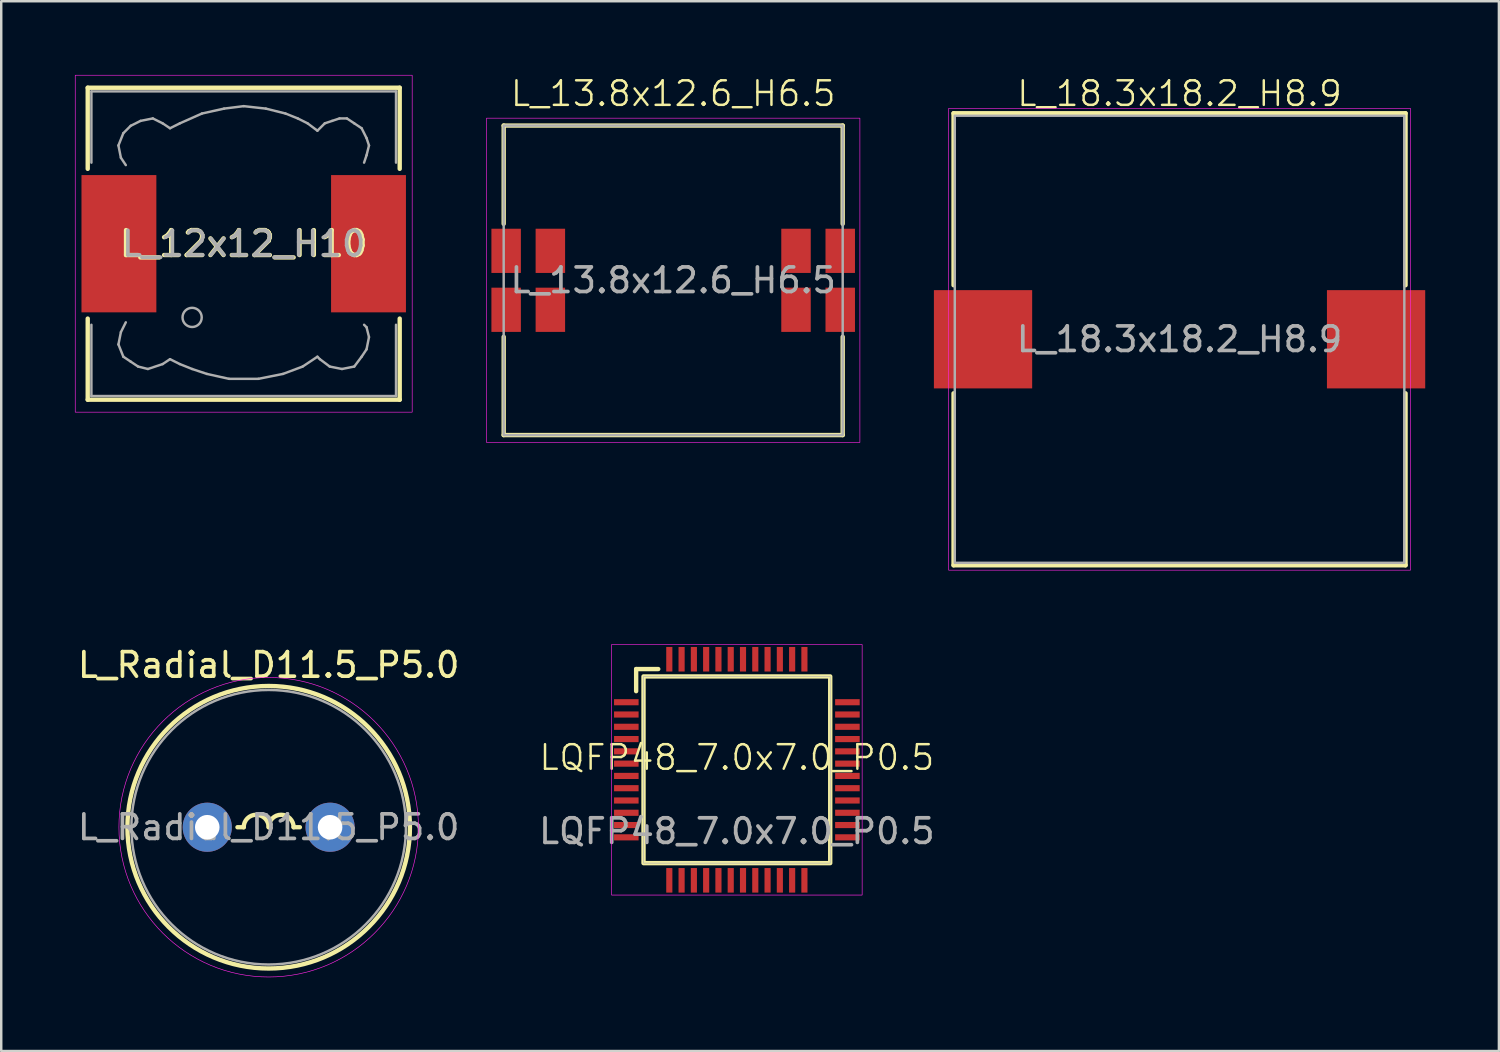
<source format=kicad_pcb>
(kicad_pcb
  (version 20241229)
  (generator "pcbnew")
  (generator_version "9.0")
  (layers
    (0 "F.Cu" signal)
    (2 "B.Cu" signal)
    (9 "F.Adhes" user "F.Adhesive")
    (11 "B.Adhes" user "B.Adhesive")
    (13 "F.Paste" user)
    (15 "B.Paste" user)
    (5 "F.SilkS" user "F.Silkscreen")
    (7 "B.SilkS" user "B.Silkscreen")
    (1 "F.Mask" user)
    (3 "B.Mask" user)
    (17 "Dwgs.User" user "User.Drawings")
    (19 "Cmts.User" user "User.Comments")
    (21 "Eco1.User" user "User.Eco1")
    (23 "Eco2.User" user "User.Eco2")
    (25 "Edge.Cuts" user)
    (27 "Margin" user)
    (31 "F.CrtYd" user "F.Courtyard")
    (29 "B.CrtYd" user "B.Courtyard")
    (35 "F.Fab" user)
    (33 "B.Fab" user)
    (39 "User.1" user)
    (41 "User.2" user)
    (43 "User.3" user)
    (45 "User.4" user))
  (footprint "L_13.8x12.6_H6.5"
    (layer "F.Cu")
    (at 24.354 8.361)
    (property "Reference" "L_13.8x12.6_H6.5" (at 0 -7.6 0) (unlocked yes) (layer "F.SilkS") (effects (font (size 1 1) (thickness 0.1))))
    (attr smd)
    (fp_line (start -6.9 -6.3) (end -6.9 -2.3) (stroke (width 0.178) (type default)) (layer "F.SilkS"))
    (fp_line (start -6.9 2.3) (end -6.9 6.3) (stroke (width 0.178) (type default)) (layer "F.SilkS"))
    (fp_line (start -6.9 6.3) (end 6.9 6.3) (stroke (width 0.178) (type default)) (layer "F.SilkS"))
    (fp_line (start 6.9 -6.3) (end -6.9 -6.3) (stroke (width 0.178) (type default)) (layer "F.SilkS"))
    (fp_line (start 6.9 -2.3) (end 6.9 -6.3) (stroke (width 0.178) (type default)) (layer "F.SilkS"))
    (fp_line (start 6.9 6.3) (end 6.9 2.3) (stroke (width 0.178) (type default)) (layer "F.SilkS"))
    (fp_rect (start -7.6 -6.6) (end 7.6 6.6) (stroke (width 0.025) (type default)) (fill no) (layer "F.CrtYd"))
    (fp_rect (start -6.9 -6.3) (end 6.9 6.3) (stroke (width 0.1) (type default)) (fill no) (layer "F.Fab"))
    (fp_text user "${REFERENCE}" (at 0 0 0) (unlocked yes) (layer "F.Fab") (effects (font (size 1 1) (thickness 0.15))))
    (pad "1" smd rect (at -6.8 -1.2) (size 1.2 1.8) (layers "F.Cu" "F.Mask" "F.Paste"))
    (pad "1" smd rect (at -6.8 1.2) (size 1.2 1.8) (layers "F.Cu" "F.Mask" "F.Paste"))
    (pad "1" smd rect (at -5 -1.2) (size 1.2 1.8) (layers "F.Cu" "F.Mask" "F.Paste"))
    (pad "1" smd rect (at -5 1.2) (size 1.2 1.8) (layers "F.Cu" "F.Mask" "F.Paste"))
    (pad "2" smd rect (at 5 -1.2) (size 1.2 1.8) (layers "F.Cu" "F.Mask" "F.Paste"))
    (pad "2" smd rect (at 5 1.2) (size 1.2 1.8) (layers "F.Cu" "F.Mask" "F.Paste"))
    (pad "2" smd rect (at 6.8 -1.2) (size 1.2 1.8) (layers "F.Cu" "F.Mask" "F.Paste"))
    (pad "2" smd rect (at 6.8 1.2) (size 1.2 1.8) (layers "F.Cu" "F.Mask" "F.Paste")))
  (footprint "L_Radial_D11.5_P5.0"
    (layer "F.Cu")
    (at 7.887 30.625)
    (property "Reference" "L_Radial_D11.5_P5.0" (at 0 -6.604 0) (unlocked yes) (layer "F.SilkS") (effects (font (size 1 1) (thickness 0.15))))
    (attr through_hole)
    (fp_line (start -1.27 0) (end -1.016 0) (stroke (width 0.178) (type solid)) (layer "F.SilkS"))
    (fp_line (start 1.27 0) (end 1.016 0) (stroke (width 0.178) (type solid)) (layer "F.SilkS"))
    (fp_arc (start -1.016 0) (mid -0.508 -0.508) (end 0 0) (stroke (width 0.1778) (type solid)) (layer "F.SilkS"))
    (fp_arc (start 0 0) (mid 0.508 -0.508) (end 1.016 0) (stroke (width 0.1778) (type solid)) (layer "F.SilkS"))
    (fp_circle (center 0 0) (end 5.75 0) (stroke (width 0.178) (type solid)) (fill no) (layer "F.SilkS"))
    (fp_circle (center 0 0) (end 6.096 0) (stroke (width 0.025) (type solid)) (fill no) (layer "F.CrtYd"))
    (fp_circle (center 0 0) (end 5.588 0) (stroke (width 0.1) (type solid)) (fill no) (layer "F.Fab"))
    (fp_text user "${REFERENCE}" (at 0 0 0) (unlocked yes) (layer "F.Fab") (effects (font (size 1 1) (thickness 0.15))))
    (pad "1" thru_hole circle (at -2.5 0) (size 2 2) (drill 1) (layers "*.Cu" "*.Mask"))
    (pad "2" thru_hole circle (at 2.5 0) (size 2 2) (drill 1) (layers "*.Cu" "*.Mask")))
  (footprint "LQFP48_7.0x7.0_P0.5"
    (layer "F.Cu")
    (at 26.946 28.286)
    (property "Reference" "LQFP48_7.0x7.0_P0.5" (at 0 -0.5 0) (unlocked yes) (layer "F.SilkS") (effects (font (size 1 1) (thickness 0.1))))
    (attr smd)
    (fp_line (start -4.1 -3.2) (end -4.1 -4.1) (stroke (width 0.178) (type default)) (layer "F.SilkS"))
    (fp_line (start -3.2 -4.1) (end -4.1 -4.1) (stroke (width 0.178) (type default)) (layer "F.SilkS"))
    (fp_rect (start -3.8 3.8) (end 3.8 -3.8) (stroke (width 0.178) (type default)) (fill no) (layer "F.SilkS"))
    (fp_rect (start -5.1 5.1) (end 5.1 -5.1) (stroke (width 0.025) (type default)) (fill no) (layer "F.CrtYd"))
    (fp_rect (start -3.8 3.8) (end 3.8 -3.8) (stroke (width 0.025) (type default)) (fill no) (layer "F.Fab"))
    (fp_text user "${REFERENCE}" (at 0 2.5 0) (unlocked yes) (layer "F.Fab") (effects (font (size 1 1) (thickness 0.15))))
    (pad "1" smd rect (at -4.5 -2.75) (size 1 0.25) (layers "F.Cu" "F.Mask" "F.Paste"))
    (pad "2" smd rect (at -4.5 -2.25) (size 1 0.25) (layers "F.Cu" "F.Mask" "F.Paste"))
    (pad "3" smd rect (at -4.5 -1.75) (size 1 0.25) (layers "F.Cu" "F.Mask" "F.Paste"))
    (pad "4" smd rect (at -4.5 -1.25) (size 1 0.25) (layers "F.Cu" "F.Mask" "F.Paste"))
    (pad "5" smd rect (at -4.5 -0.75) (size 1 0.25) (layers "F.Cu" "F.Mask" "F.Paste"))
    (pad "6" smd rect (at -4.5 -0.25) (size 1 0.25) (layers "F.Cu" "F.Mask" "F.Paste"))
    (pad "7" smd rect (at -4.5 0.25) (size 1 0.25) (layers "F.Cu" "F.Mask" "F.Paste"))
    (pad "8" smd rect (at -4.5 0.75) (size 1 0.25) (layers "F.Cu" "F.Mask" "F.Paste"))
    (pad "9" smd rect (at -4.5 1.25) (size 1 0.25) (layers "F.Cu" "F.Mask" "F.Paste"))
    (pad "10" smd rect (at -4.5 1.75) (size 1 0.25) (layers "F.Cu" "F.Mask" "F.Paste"))
    (pad "11" smd rect (at -4.5 2.25) (size 1 0.25) (layers "F.Cu" "F.Mask" "F.Paste"))
    (pad "12" smd rect (at -4.5 2.75) (size 1 0.25) (layers "F.Cu" "F.Mask" "F.Paste"))
    (pad "13" smd rect (at -2.75 4.5) (size 0.25 1) (layers "F.Cu" "F.Mask" "F.Paste"))
    (pad "14" smd rect (at -2.25 4.5) (size 0.25 1) (layers "F.Cu" "F.Mask" "F.Paste"))
    (pad "15" smd rect (at -1.75 4.5) (size 0.25 1) (layers "F.Cu" "F.Mask" "F.Paste"))
    (pad "16" smd rect (at -1.25 4.5) (size 0.25 1) (layers "F.Cu" "F.Mask" "F.Paste"))
    (pad "17" smd rect (at -0.75 4.5) (size 0.25 1) (layers "F.Cu" "F.Mask" "F.Paste"))
    (pad "18" smd rect (at -0.25 4.5) (size 0.25 1) (layers "F.Cu" "F.Mask" "F.Paste"))
    (pad "19" smd rect (at 0.25 4.5) (size 0.25 1) (layers "F.Cu" "F.Mask" "F.Paste"))
    (pad "20" smd rect (at 0.75 4.5) (size 0.25 1) (layers "F.Cu" "F.Mask" "F.Paste"))
    (pad "21" smd rect (at 1.25 4.5) (size 0.25 1) (layers "F.Cu" "F.Mask" "F.Paste"))
    (pad "22" smd rect (at 1.75 4.5) (size 0.25 1) (layers "F.Cu" "F.Mask" "F.Paste"))
    (pad "23" smd rect (at 2.25 4.5) (size 0.25 1) (layers "F.Cu" "F.Mask" "F.Paste"))
    (pad "24" smd rect (at 2.75 4.5) (size 0.25 1) (layers "F.Cu" "F.Mask" "F.Paste"))
    (pad "25" smd rect (at 4.5 2.75) (size 1 0.25) (layers "F.Cu" "F.Mask" "F.Paste"))
    (pad "26" smd rect (at 4.5 2.25) (size 1 0.25) (layers "F.Cu" "F.Mask" "F.Paste"))
    (pad "27" smd rect (at 4.5 1.75) (size 1 0.25) (layers "F.Cu" "F.Mask" "F.Paste"))
    (pad "28" smd rect (at 4.5 1.25) (size 1 0.25) (layers "F.Cu" "F.Mask" "F.Paste"))
    (pad "29" smd rect (at 4.5 0.75) (size 1 0.25) (layers "F.Cu" "F.Mask" "F.Paste"))
    (pad "30" smd rect (at 4.5 0.25) (size 1 0.25) (layers "F.Cu" "F.Mask" "F.Paste"))
    (pad "31" smd rect (at 4.5 -0.25) (size 1 0.25) (layers "F.Cu" "F.Mask" "F.Paste"))
    (pad "32" smd rect (at 4.5 -0.75) (size 1 0.25) (layers "F.Cu" "F.Mask" "F.Paste"))
    (pad "33" smd rect (at 4.5 -1.25) (size 1 0.25) (layers "F.Cu" "F.Mask" "F.Paste"))
    (pad "34" smd rect (at 4.5 -1.75) (size 1 0.25) (layers "F.Cu" "F.Mask" "F.Paste"))
    (pad "35" smd rect (at 4.5 -2.25) (size 1 0.25) (layers "F.Cu" "F.Mask" "F.Paste"))
    (pad "36" smd rect (at 4.5 -2.75) (size 1 0.25) (layers "F.Cu" "F.Mask" "F.Paste"))
    (pad "37" smd rect (at 2.75 -4.5) (size 0.25 1) (layers "F.Cu" "F.Mask" "F.Paste"))
    (pad "38" smd rect (at 2.25 -4.5) (size 0.25 1) (layers "F.Cu" "F.Mask" "F.Paste"))
    (pad "39" smd rect (at 1.75 -4.5) (size 0.25 1) (layers "F.Cu" "F.Mask" "F.Paste"))
    (pad "40" smd rect (at 1.25 -4.5) (size 0.25 1) (layers "F.Cu" "F.Mask" "F.Paste"))
    (pad "41" smd rect (at 0.75 -4.5) (size 0.25 1) (layers "F.Cu" "F.Mask" "F.Paste"))
    (pad "42" smd rect (at 0.25 -4.5) (size 0.25 1) (layers "F.Cu" "F.Mask" "F.Paste"))
    (pad "43" smd rect (at -0.25 -4.5) (size 0.25 1) (layers "F.Cu" "F.Mask" "F.Paste"))
    (pad "44" smd rect (at -0.75 -4.5) (size 0.25 1) (layers "F.Cu" "F.Mask" "F.Paste"))
    (pad "45" smd rect (at -1.25 -4.5) (size 0.25 1) (layers "F.Cu" "F.Mask" "F.Paste"))
    (pad "46" smd rect (at -1.75 -4.5) (size 0.25 1) (layers "F.Cu" "F.Mask" "F.Paste"))
    (pad "47" smd rect (at -2.25 -4.5) (size 0.25 1) (layers "F.Cu" "F.Mask" "F.Paste"))
    (pad "48" smd rect (at -2.75 -4.5) (size 0.25 1) (layers "F.Cu" "F.Mask" "F.Paste")))
  (footprint "L_18.3x18.2_H8.9"
    (layer "F.Cu")
    (at 44.967 10.761)
    (property "Reference" "L_18.3x18.2_H8.9" (at 0 -10 0) (unlocked yes) (layer "F.SilkS") (effects (font (size 1 1) (thickness 0.1))))
    (attr smd)
    (fp_line (start -9.2 -9.2) (end 9.2 -9.2) (stroke (width 0.178) (type default)) (layer "F.SilkS"))
    (fp_line (start -9.2 -2.2) (end -9.2 -9.2) (stroke (width 0.178) (type default)) (layer "F.SilkS"))
    (fp_line (start -9.2 9.2) (end -9.2 2.2) (stroke (width 0.178) (type default)) (layer "F.SilkS"))
    (fp_line (start 9.2 -9.2) (end 9.2 -2.2) (stroke (width 0.178) (type default)) (layer "F.SilkS"))
    (fp_line (start 9.2 2.2) (end 9.2 9.2) (stroke (width 0.178) (type default)) (layer "F.SilkS"))
    (fp_line (start 9.2 9.2) (end -9.2 9.2) (stroke (width 0.178) (type default)) (layer "F.SilkS"))
    (fp_rect (start -9.4 -9.4) (end 9.4 9.4) (stroke (width 0.025) (type default)) (fill no) (layer "F.CrtYd"))
    (fp_rect (start -9.15 -9.1) (end 9.15 9.1) (stroke (width 0.1) (type default)) (fill no) (layer "F.Fab"))
    (fp_text user "${REFERENCE}" (at 0 0 0) (unlocked yes) (layer "F.Fab") (effects (font (size 1 1) (thickness 0.15))))
    (pad "1" smd rect (at -8 0) (size 4 4) (layers "F.Cu" "F.Mask" "F.Paste"))
    (pad "2" smd rect (at 8 0) (size 4 4) (layers "F.Cu" "F.Mask" "F.Paste")))
  (footprint "L_12x12_H10"
    (layer "F.Cu")
    (at 6.871 6.871)
    (property "Reference" "L_12x12_H10" (at 0 0 0) (layer "F.SilkS") (effects (font (size 1.016 1.016) (thickness 0.178))))
    (attr smd)
    (fp_line (start -6.35 -3.048) (end -6.35 -6.35) (stroke (width 0.178) (type solid)) (layer "F.SilkS"))
    (fp_line (start -6.35 3.048) (end -6.35 6.35) (stroke (width 0.178) (type solid)) (layer "F.SilkS"))
    (fp_line (start 6.35 -6.35) (end -6.35 -6.35) (stroke (width 0.178) (type solid)) (layer "F.SilkS"))
    (fp_line (start 6.35 -3.048) (end 6.35 -6.35) (stroke (width 0.178) (type solid)) (layer "F.SilkS"))
    (fp_line (start 6.35 3.048) (end 6.35 6.35) (stroke (width 0.178) (type solid)) (layer "F.SilkS"))
    (fp_line (start 6.35 6.35) (end -6.35 6.35) (stroke (width 0.178) (type solid)) (layer "F.SilkS"))
    (fp_rect (start -6.858 6.858) (end 6.858 -6.858) (stroke (width 0.025) (type solid)) (fill no) (layer "F.CrtYd"))
    (fp_line (start -6.2 -6.2) (end -6.2 -3.3) (stroke (width 0.1) (type solid)) (layer "F.Fab"))
    (fp_line (start -6.2 3.3) (end -6.2 6.2) (stroke (width 0.1) (type solid)) (layer "F.Fab"))
    (fp_line (start -6.2 6.2) (end 6.2 6.2) (stroke (width 0.1) (type solid)) (layer "F.Fab"))
    (fp_line (start -5.1 -4) (end -5 -3.5) (stroke (width 0.1) (type solid)) (layer "F.Fab"))
    (fp_line (start -5.1 4.1) (end -5 3.6) (stroke (width 0.1) (type solid)) (layer "F.Fab"))
    (fp_line (start -5 -3.5) (end -4.8 -3.2) (stroke (width 0.1) (type solid)) (layer "F.Fab"))
    (fp_line (start -5 3.6) (end -4.8 3.2) (stroke (width 0.1) (type solid)) (layer "F.Fab"))
    (fp_line (start -4.9 -4.5) (end -5.1 -4) (stroke (width 0.1) (type solid)) (layer "F.Fab"))
    (fp_line (start -4.9 4.6) (end -5.1 4.1) (stroke (width 0.1) (type solid)) (layer "F.Fab"))
    (fp_line (start -4.6 -4.8) (end -4.9 -4.5) (stroke (width 0.1) (type solid)) (layer "F.Fab"))
    (fp_line (start -4.6 4.8) (end -4.9 4.6) (stroke (width 0.1) (type solid)) (layer "F.Fab"))
    (fp_line (start -4.3 5) (end -4.6 4.8) (stroke (width 0.1) (type solid)) (layer "F.Fab"))
    (fp_line (start -4.2 -5) (end -4.6 -4.8) (stroke (width 0.1) (type solid)) (layer "F.Fab"))
    (fp_line (start -3.9 5.1) (end -4.3 5) (stroke (width 0.1) (type solid)) (layer "F.Fab"))
    (fp_line (start -3.7 -5.1) (end -4.2 -5) (stroke (width 0.1) (type solid)) (layer "F.Fab"))
    (fp_line (start -3.3 -4.9) (end -3.7 -5.1) (stroke (width 0.1) (type solid)) (layer "F.Fab"))
    (fp_line (start -3.3 4.9) (end -3.9 5.1) (stroke (width 0.1) (type solid)) (layer "F.Fab"))
    (fp_line (start -3 -4.7) (end -3.3 -4.9) (stroke (width 0.1) (type solid)) (layer "F.Fab"))
    (fp_line (start -3 4.7) (end -3.3 4.9) (stroke (width 0.1) (type solid)) (layer "F.Fab"))
    (fp_line (start -2.6 -4.9) (end -3 -4.7) (stroke (width 0.1) (type solid)) (layer "F.Fab"))
    (fp_line (start -2.6 4.9) (end -3 4.7) (stroke (width 0.1) (type solid)) (layer "F.Fab"))
    (fp_line (start -2.1 5.1) (end -2.6 4.9) (stroke (width 0.1) (type solid)) (layer "F.Fab"))
    (fp_line (start -1.7 -5.3) (end -2.6 -4.9) (stroke (width 0.1) (type solid)) (layer "F.Fab"))
    (fp_line (start -1.5 5.3) (end -2.1 5.1) (stroke (width 0.1) (type solid)) (layer "F.Fab"))
    (fp_line (start -0.8 -5.5) (end -1.7 -5.3) (stroke (width 0.1) (type solid)) (layer "F.Fab"))
    (fp_line (start -0.6 5.5) (end -1.5 5.3) (stroke (width 0.1) (type solid)) (layer "F.Fab"))
    (fp_line (start 0 -5.6) (end -0.8 -5.5) (stroke (width 0.1) (type solid)) (layer "F.Fab"))
    (fp_line (start 0.6 5.5) (end -0.6 5.5) (stroke (width 0.1) (type solid)) (layer "F.Fab"))
    (fp_line (start 0.9 -5.5) (end 0 -5.6) (stroke (width 0.1) (type solid)) (layer "F.Fab"))
    (fp_line (start 1.6 5.3) (end 0.6 5.5) (stroke (width 0.1) (type solid)) (layer "F.Fab"))
    (fp_line (start 1.7 -5.3) (end 0.9 -5.5) (stroke (width 0.1) (type solid)) (layer "F.Fab"))
    (fp_line (start 2.2 -5.1) (end 1.7 -5.3) (stroke (width 0.1) (type solid)) (layer "F.Fab"))
    (fp_line (start 2.4 5) (end 1.6 5.3) (stroke (width 0.1) (type solid)) (layer "F.Fab"))
    (fp_line (start 2.6 -4.9) (end 2.2 -5.1) (stroke (width 0.1) (type solid)) (layer "F.Fab"))
    (fp_line (start 3 -4.6) (end 2.6 -4.9) (stroke (width 0.1) (type solid)) (layer "F.Fab"))
    (fp_line (start 3 4.6) (end 2.4 5) (stroke (width 0.1) (type solid)) (layer "F.Fab"))
    (fp_line (start 3.1 4.7) (end 3 4.6) (stroke (width 0.1) (type solid)) (layer "F.Fab"))
    (fp_line (start 3.3 -4.9) (end 3 -4.6) (stroke (width 0.1) (type solid)) (layer "F.Fab"))
    (fp_line (start 3.5 5) (end 3.1 4.7) (stroke (width 0.1) (type solid)) (layer "F.Fab"))
    (fp_line (start 3.6 -5) (end 3.3 -4.9) (stroke (width 0.1) (type solid)) (layer "F.Fab"))
    (fp_line (start 3.9 -5.1) (end 3.6 -5) (stroke (width 0.1) (type solid)) (layer "F.Fab"))
    (fp_line (start 4 5.1) (end 3.5 5) (stroke (width 0.1) (type solid)) (layer "F.Fab"))
    (fp_line (start 4.2 -5.1) (end 3.9 -5.1) (stroke (width 0.1) (type solid)) (layer "F.Fab"))
    (fp_line (start 4.5 -4.9) (end 4.2 -5.1) (stroke (width 0.1) (type solid)) (layer "F.Fab"))
    (fp_line (start 4.5 5) (end 4 5.1) (stroke (width 0.1) (type solid)) (layer "F.Fab"))
    (fp_line (start 4.8 -4.7) (end 4.5 -4.9) (stroke (width 0.1) (type solid)) (layer "F.Fab"))
    (fp_line (start 4.8 4.6) (end 4.5 5) (stroke (width 0.1) (type solid)) (layer "F.Fab"))
    (fp_line (start 4.9 -3.3) (end 5 -3.6) (stroke (width 0.1) (type solid)) (layer "F.Fab"))
    (fp_line (start 4.9 3.3) (end 5 3.4) (stroke (width 0.1) (type solid)) (layer "F.Fab"))
    (fp_line (start 5 -4.3) (end 4.8 -4.7) (stroke (width 0.1) (type solid)) (layer "F.Fab"))
    (fp_line (start 5 -3.6) (end 5.1 -4) (stroke (width 0.1) (type solid)) (layer "F.Fab"))
    (fp_line (start 5 3.4) (end 5.1 3.8) (stroke (width 0.1) (type solid)) (layer "F.Fab"))
    (fp_line (start 5 4.3) (end 4.8 4.6) (stroke (width 0.1) (type solid)) (layer "F.Fab"))
    (fp_line (start 5.1 -4) (end 5 -4.3) (stroke (width 0.1) (type solid)) (layer "F.Fab"))
    (fp_line (start 5.1 3.8) (end 5 4.3) (stroke (width 0.1) (type solid)) (layer "F.Fab"))
    (fp_line (start 6.2 -6.2) (end -6.2 -6.2) (stroke (width 0.1) (type solid)) (layer "F.Fab"))
    (fp_line (start 6.2 -6.2) (end 6.2 -3.3) (stroke (width 0.1) (type solid)) (layer "F.Fab"))
    (fp_line (start 6.2 6.2) (end 6.2 3.3) (stroke (width 0.1) (type solid)) (layer "F.Fab"))
    (fp_circle (center -2.1 3) (end -1.8 3.25) (stroke (width 0.1) (type solid)) (fill no) (layer "F.Fab"))
    (fp_text user "${REFERENCE}" (at 0 0 0) (layer "F.Fab") (effects (font (size 1 1) (thickness 0.15))))
    (pad "1" smd rect (at -5.08 0) (size 3.048 5.588) (layers "F.Cu" "F.Mask" "F.Paste"))
    (pad "2" smd rect (at 5.08 0) (size 3.048 5.588) (layers "F.Cu" "F.Mask" "F.Paste")))
  (gr_rect
    (start -3 -3)
    (end 57.967 39.734)
    (stroke (width 0.1) (type default))
    (fill no)
    (layer "Edge.Cuts")))
</source>
